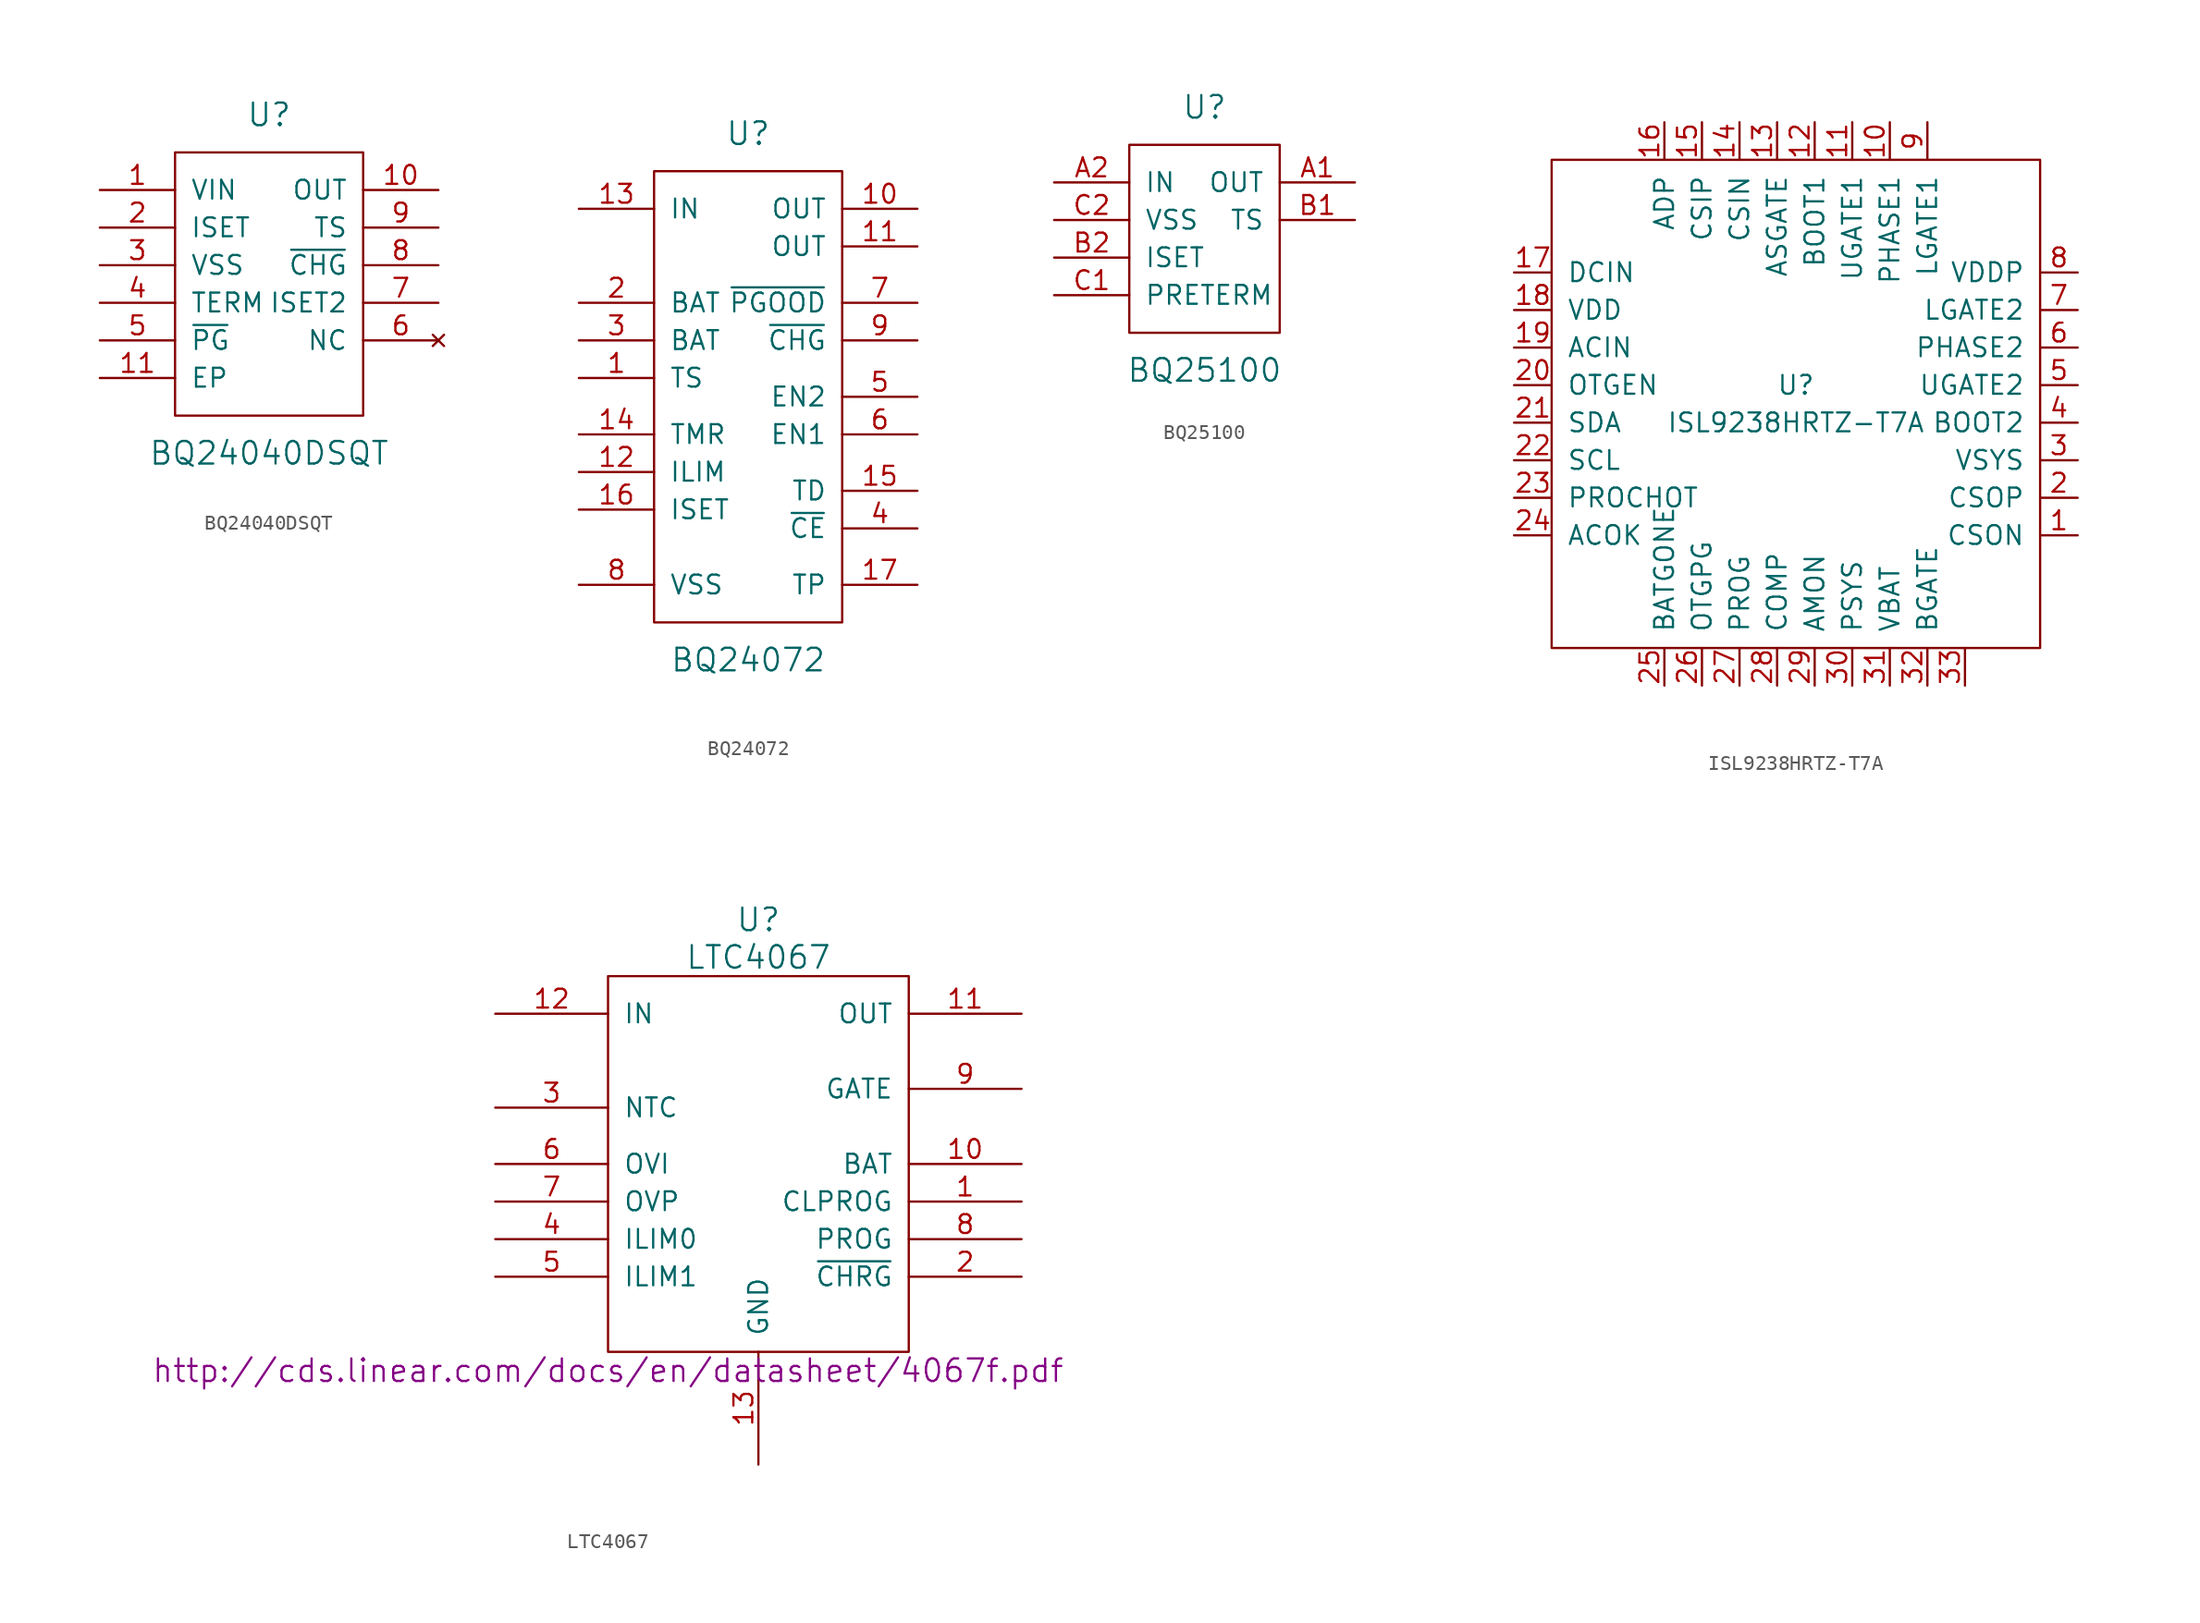
<source format=kicad_sym>
(kicad_symbol_lib
  (version 20201005)
  (generator kicad_symbol_editor)
  (symbol "BQ24040DSQT"
    (pin_names
      (offset 1.016))
    (property "Reference" "U"
      (at 0 10.16 0)
      (effects (font (size 1.524 1.524))))
    (property "Value" "BQ24040DSQT"
      (at 0 -12.7 0)
      (effects (font (size 1.524 1.524))))
    (symbol "BQ24040DSQT_0_1"
      (rectangle (start -6.35 7.62) (end 6.35 -10.16) (stroke (width 0)) (fill (type none))))
    (symbol "BQ24040DSQT_1_1"
      (pin power_in line (at -11.43 5.08 0) (length 5.08) (name "VIN" (effects (font (size 1.27 1.27)))) (number "1" (effects (font (size 1.27 1.27)))))
      (pin power_out line (at 11.43 5.08 180) (length 5.08) (name "OUT" (effects (font (size 1.27 1.27)))) (number "10" (effects (font (size 1.27 1.27)))))
      (pin power_out line (at -11.43 -7.62 0) (length 5.08) (name "EP" (effects (font (size 1.27 1.27)))) (number "11" (effects (font (size 1.27 1.27)))))
      (pin input line (at -11.43 2.54 0) (length 5.08) (name "ISET" (effects (font (size 1.27 1.27)))) (number "2" (effects (font (size 1.27 1.27)))))
      (pin power_in line (at -11.43 0 0) (length 5.08) (name "VSS" (effects (font (size 1.27 1.27)))) (number "3" (effects (font (size 1.27 1.27)))))
      (pin input line (at -11.43 -2.54 0) (length 5.08) (name "TERM" (effects (font (size 1.27 1.27)))) (number "4" (effects (font (size 1.27 1.27)))))
      (pin open_collector line (at -11.43 -5.08 0) (length 5.08) (name "~PG" (effects (font (size 1.27 1.27)))) (number "5" (effects (font (size 1.27 1.27)))))
      (pin unconnected line (at 11.43 -5.08 180) (length 5.08) (name "NC" (effects (font (size 1.27 1.27)))) (number "6" (effects (font (size 1.27 1.27)))))
      (pin input line (at 11.43 -2.54 180) (length 5.08) (name "ISET2" (effects (font (size 1.27 1.27)))) (number "7" (effects (font (size 1.27 1.27)))))
      (pin output line (at 11.43 0 180) (length 5.08) (name "~CHG" (effects (font (size 1.27 1.27)))) (number "8" (effects (font (size 1.27 1.27)))))
      (pin input line (at 11.43 2.54 180) (length 5.08) (name "TS" (effects (font (size 1.27 1.27)))) (number "9" (effects (font (size 1.27 1.27)))))))
  (symbol "BQ24072"
    (pin_names
      (offset 1.016))
    (property "Reference" "U"
      (at 0 16.51 0)
      (effects (font (size 1.524 1.524))))
    (property "Value" "BQ24072"
      (at 0 -19.05 0)
      (effects (font (size 1.524 1.524))))
    (symbol "BQ24072_0_1"
      (rectangle (start -6.35 13.97) (end 6.35 -16.51) (stroke (width 0)) (fill (type none))))
    (symbol "BQ24072_1_1"
      (pin input line (at -11.43 0 0) (length 5.08) (name "TS" (effects (font (size 1.27 1.27)))) (number "1" (effects (font (size 1.27 1.27)))))
      (pin input line (at 11.43 11.43 180) (length 5.08) (name "OUT" (effects (font (size 1.27 1.27)))) (number "10" (effects (font (size 1.27 1.27)))))
      (pin input line (at 11.43 8.89 180) (length 5.08) (name "OUT" (effects (font (size 1.27 1.27)))) (number "11" (effects (font (size 1.27 1.27)))))
      (pin input line (at -11.43 -6.35 0) (length 5.08) (name "ILIM" (effects (font (size 1.27 1.27)))) (number "12" (effects (font (size 1.27 1.27)))))
      (pin input line (at -11.43 11.43 0) (length 5.08) (name "IN" (effects (font (size 1.27 1.27)))) (number "13" (effects (font (size 1.27 1.27)))))
      (pin input line (at -11.43 -3.81 0) (length 5.08) (name "TMR" (effects (font (size 1.27 1.27)))) (number "14" (effects (font (size 1.27 1.27)))))
      (pin input line (at 11.43 -7.62 180) (length 5.08) (name "TD" (effects (font (size 1.27 1.27)))) (number "15" (effects (font (size 1.27 1.27)))))
      (pin input line (at -11.43 -8.89 0) (length 5.08) (name "ISET" (effects (font (size 1.27 1.27)))) (number "16" (effects (font (size 1.27 1.27)))))
      (pin input line (at 11.43 -13.97 180) (length 5.08) (name "TP" (effects (font (size 1.27 1.27)))) (number "17" (effects (font (size 1.27 1.27)))))
      (pin input line (at -11.43 5.08 0) (length 5.08) (name "BAT" (effects (font (size 1.27 1.27)))) (number "2" (effects (font (size 1.27 1.27)))))
      (pin input line (at -11.43 2.54 0) (length 5.08) (name "BAT" (effects (font (size 1.27 1.27)))) (number "3" (effects (font (size 1.27 1.27)))))
      (pin input line (at 11.43 -10.16 180) (length 5.08) (name "~CE" (effects (font (size 1.27 1.27)))) (number "4" (effects (font (size 1.27 1.27)))))
      (pin input line (at 11.43 -1.27 180) (length 5.08) (name "EN2" (effects (font (size 1.27 1.27)))) (number "5" (effects (font (size 1.27 1.27)))))
      (pin input line (at 11.43 -3.81 180) (length 5.08) (name "EN1" (effects (font (size 1.27 1.27)))) (number "6" (effects (font (size 1.27 1.27)))))
      (pin input line (at 11.43 5.08 180) (length 5.08) (name "~PGOOD" (effects (font (size 1.27 1.27)))) (number "7" (effects (font (size 1.27 1.27)))))
      (pin input line (at -11.43 -13.97 0) (length 5.08) (name "VSS" (effects (font (size 1.27 1.27)))) (number "8" (effects (font (size 1.27 1.27)))))
      (pin input line (at 11.43 2.54 180) (length 5.08) (name "~CHG" (effects (font (size 1.27 1.27)))) (number "9" (effects (font (size 1.27 1.27)))))))
  (symbol "BQ25100"
    (pin_names
      (offset 1.016))
    (property "Reference" "U"
      (at 0 10.16 0)
      (effects (font (size 1.524 1.524))))
    (property "Value" "BQ25100"
      (at 0 -7.62 0)
      (effects (font (size 1.524 1.524))))
    (symbol "BQ25100_0_1"
      (rectangle (start -5.08 7.62) (end 5.08 -5.08) (stroke (width 0)) (fill (type none))))
    (symbol "BQ25100_1_1"
      (pin input line (at 10.16 5.08 180) (length 5.08) (name "OUT" (effects (font (size 1.27 1.27)))) (number "A1" (effects (font (size 1.27 1.27)))))
      (pin input line (at -10.16 5.08 0) (length 5.08) (name "IN" (effects (font (size 1.27 1.27)))) (number "A2" (effects (font (size 1.27 1.27)))))
      (pin input line (at 10.16 2.54 180) (length 5.08) (name "TS" (effects (font (size 1.27 1.27)))) (number "B1" (effects (font (size 1.27 1.27)))))
      (pin input line (at -10.16 0 0) (length 5.08) (name "ISET" (effects (font (size 1.27 1.27)))) (number "B2" (effects (font (size 1.27 1.27)))))
      (pin input line (at -10.16 -2.54 0) (length 5.08) (name "PRETERM" (effects (font (size 1.27 1.27)))) (number "C1" (effects (font (size 1.27 1.27)))))
      (pin input line (at -10.16 2.54 0) (length 5.08) (name "VSS" (effects (font (size 1.27 1.27)))) (number "C2" (effects (font (size 1.27 1.27)))))))
  (symbol "ISL9238HRTZ-T7A"
    (pin_names
      (offset 1.016))
    (property "Reference" "U"
      (at 0 1.27 0)
      (effects (font (size 1.27 1.27))))
    (property "Value" "ISL9238HRTZ-T7A"
      (at 0 -1.27 0)
      (effects (font (size 1.27 1.27))))
    (symbol "ISL9238HRTZ-T7A_0_1"
      (rectangle (start -16.51 16.51) (end 16.51 -16.51) (stroke (width 0)) (fill (type none))))
    (symbol "ISL9238HRTZ-T7A_1_1"
      (pin input line (at 19.05 -8.89 180) (length 2.54) (name "CSON" (effects (font (size 1.27 1.27)))) (number "1" (effects (font (size 1.27 1.27)))))
      (pin input line (at 6.35 19.05 270) (length 2.54) (name "PHASE1" (effects (font (size 1.27 1.27)))) (number "10" (effects (font (size 1.27 1.27)))))
      (pin output line (at 3.81 19.05 270) (length 2.54) (name "UGATE1" (effects (font (size 1.27 1.27)))) (number "11" (effects (font (size 1.27 1.27)))))
      (pin output line (at 1.27 19.05 270) (length 2.54) (name "BOOT1" (effects (font (size 1.27 1.27)))) (number "12" (effects (font (size 1.27 1.27)))))
      (pin output line (at -1.27 19.05 270) (length 2.54) (name "ASGATE" (effects (font (size 1.27 1.27)))) (number "13" (effects (font (size 1.27 1.27)))))
      (pin input line (at -3.81 19.05 270) (length 2.54) (name "CSIN" (effects (font (size 1.27 1.27)))) (number "14" (effects (font (size 1.27 1.27)))))
      (pin input line (at -6.35 19.05 270) (length 2.54) (name "CSIP" (effects (font (size 1.27 1.27)))) (number "15" (effects (font (size 1.27 1.27)))))
      (pin input line (at -8.89 19.05 270) (length 2.54) (name "ADP" (effects (font (size 1.27 1.27)))) (number "16" (effects (font (size 1.27 1.27)))))
      (pin power_in line (at -19.05 8.89 0) (length 2.54) (name "DCIN" (effects (font (size 1.27 1.27)))) (number "17" (effects (font (size 1.27 1.27)))))
      (pin power_in line (at -19.05 6.35 0) (length 2.54) (name "VDD" (effects (font (size 1.27 1.27)))) (number "18" (effects (font (size 1.27 1.27)))))
      (pin input line (at -19.05 3.81 0) (length 2.54) (name "ACIN" (effects (font (size 1.27 1.27)))) (number "19" (effects (font (size 1.27 1.27)))))
      (pin input line (at 19.05 -6.35 180) (length 2.54) (name "CSOP" (effects (font (size 1.27 1.27)))) (number "2" (effects (font (size 1.27 1.27)))))
      (pin input line (at -19.05 1.27 0) (length 2.54) (name "OTGEN" (effects (font (size 1.27 1.27)))) (number "20" (effects (font (size 1.27 1.27)))))
      (pin bidirectional line (at -19.05 -1.27 0) (length 2.54) (name "SDA" (effects (font (size 1.27 1.27)))) (number "21" (effects (font (size 1.27 1.27)))))
      (pin bidirectional line (at -19.05 -3.81 0) (length 2.54) (name "SCL" (effects (font (size 1.27 1.27)))) (number "22" (effects (font (size 1.27 1.27)))))
      (pin open_collector line (at -19.05 -6.35 0) (length 2.54) (name "PROCHOT" (effects (font (size 1.27 1.27)))) (number "23" (effects (font (size 1.27 1.27)))))
      (pin output line (at -19.05 -8.89 0) (length 2.54) (name "ACOK" (effects (font (size 1.27 1.27)))) (number "24" (effects (font (size 1.27 1.27)))))
      (pin input line (at -8.89 -19.05 90) (length 2.54) (name "BATGONE" (effects (font (size 1.27 1.27)))) (number "25" (effects (font (size 1.27 1.27)))))
      (pin open_collector line (at -6.35 -19.05 90) (length 2.54) (name "OTGPG" (effects (font (size 1.27 1.27)))) (number "26" (effects (font (size 1.27 1.27)))))
      (pin passive line (at -3.81 -19.05 90) (length 2.54) (name "PROG" (effects (font (size 1.27 1.27)))) (number "27" (effects (font (size 1.27 1.27)))))
      (pin output line (at -1.27 -19.05 90) (length 2.54) (name "COMP" (effects (font (size 1.27 1.27)))) (number "28" (effects (font (size 1.27 1.27)))))
      (pin output line (at 1.27 -19.05 90) (length 2.54) (name "AMON" (effects (font (size 1.27 1.27)))) (number "29" (effects (font (size 1.27 1.27)))))
      (pin input line (at 19.05 -3.81 180) (length 2.54) (name "VSYS" (effects (font (size 1.27 1.27)))) (number "3" (effects (font (size 1.27 1.27)))))
      (pin power_out line (at 3.81 -19.05 90) (length 2.54) (name "PSYS" (effects (font (size 1.27 1.27)))) (number "30" (effects (font (size 1.27 1.27)))))
      (pin input line (at 6.35 -19.05 90) (length 2.54) (name "VBAT" (effects (font (size 1.27 1.27)))) (number "31" (effects (font (size 1.27 1.27)))))
      (pin output line (at 8.89 -19.05 90) (length 2.54) (name "BGATE" (effects (font (size 1.27 1.27)))) (number "32" (effects (font (size 1.27 1.27)))))
      (pin passive line (at 11.43 -19.05 90) (length 2.54) (name "~" (effects (font (size 1.27 1.27)))) (number "33" (effects (font (size 1.27 1.27)))))
      (pin output line (at 19.05 -1.27 180) (length 2.54) (name "BOOT2" (effects (font (size 1.27 1.27)))) (number "4" (effects (font (size 1.27 1.27)))))
      (pin output line (at 19.05 1.27 180) (length 2.54) (name "UGATE2" (effects (font (size 1.27 1.27)))) (number "5" (effects (font (size 1.27 1.27)))))
      (pin input line (at 19.05 3.81 180) (length 2.54) (name "PHASE2" (effects (font (size 1.27 1.27)))) (number "6" (effects (font (size 1.27 1.27)))))
      (pin output line (at 19.05 6.35 180) (length 2.54) (name "LGATE2" (effects (font (size 1.27 1.27)))) (number "7" (effects (font (size 1.27 1.27)))))
      (pin open_emitter line (at 19.05 8.89 180) (length 2.54) (name "VDDP" (effects (font (size 1.27 1.27)))) (number "8" (effects (font (size 1.27 1.27)))))
      (pin output line (at 8.89 19.05 270) (length 2.54) (name "LGATE1" (effects (font (size 1.27 1.27)))) (number "9" (effects (font (size 1.27 1.27)))))))
  (symbol "LTC4067"
    (pin_names
      (offset 1.016))
    (property "Reference" "U"
      (at 0 16.51 0)
      (effects (font (size 1.524 1.524))))
    (property "Value" "LTC4067"
      (at 0 13.97 0)
      (effects (font (size 1.524 1.524))))
    (property "Datasheet" "http://cds.linear.com/docs/en/datasheet/4067f.pdf"
      (at -10.16 -13.97 0)
      (effects (font (size 1.524 1.524))))
    (symbol "LTC4067_0_1"
      (rectangle (start 10.16 12.7) (end -10.16 -12.7) (stroke (width 0)) (fill (type none))))
    (symbol "LTC4067_1_1"
      (pin passive line (at 17.78 -2.54 180) (length 7.62) (name "CLPROG" (effects (font (size 1.27 1.27)))) (number "1" (effects (font (size 1.27 1.27)))))
      (pin bidirectional line (at 17.78 0 180) (length 7.62) (name "BAT" (effects (font (size 1.27 1.27)))) (number "10" (effects (font (size 1.27 1.27)))))
      (pin power_out line (at 17.78 10.16 180) (length 7.62) (name "OUT" (effects (font (size 1.27 1.27)))) (number "11" (effects (font (size 1.27 1.27)))))
      (pin power_in line (at -17.78 10.16 0) (length 7.62) (name "IN" (effects (font (size 1.27 1.27)))) (number "12" (effects (font (size 1.27 1.27)))))
      (pin power_in line (at 0 -20.32 90) (length 7.62) (name "GND" (effects (font (size 1.27 1.27)))) (number "13" (effects (font (size 1.27 1.27)))))
      (pin passive line (at 17.78 -7.62 180) (length 7.62) (name "~CHRG" (effects (font (size 1.27 1.27)))) (number "2" (effects (font (size 1.27 1.27)))))
      (pin passive line (at -17.78 3.81 0) (length 7.62) (name "NTC" (effects (font (size 1.27 1.27)))) (number "3" (effects (font (size 1.27 1.27)))))
      (pin passive line (at -17.78 -5.08 0) (length 7.62) (name "ILIM0" (effects (font (size 1.27 1.27)))) (number "4" (effects (font (size 1.27 1.27)))))
      (pin passive line (at -17.78 -7.62 0) (length 7.62) (name "ILIM1" (effects (font (size 1.27 1.27)))) (number "5" (effects (font (size 1.27 1.27)))))
      (pin output line (at -17.78 0 0) (length 7.62) (name "OVI" (effects (font (size 1.27 1.27)))) (number "6" (effects (font (size 1.27 1.27)))))
      (pin output line (at -17.78 -2.54 0) (length 7.62) (name "OVP" (effects (font (size 1.27 1.27)))) (number "7" (effects (font (size 1.27 1.27)))))
      (pin passive line (at 17.78 -5.08 180) (length 7.62) (name "PROG" (effects (font (size 1.27 1.27)))) (number "8" (effects (font (size 1.27 1.27)))))
      (pin passive line (at 17.78 5.08 180) (length 7.62) (name "GATE" (effects (font (size 1.27 1.27)))) (number "9" (effects (font (size 1.27 1.27))))))))
</source>
